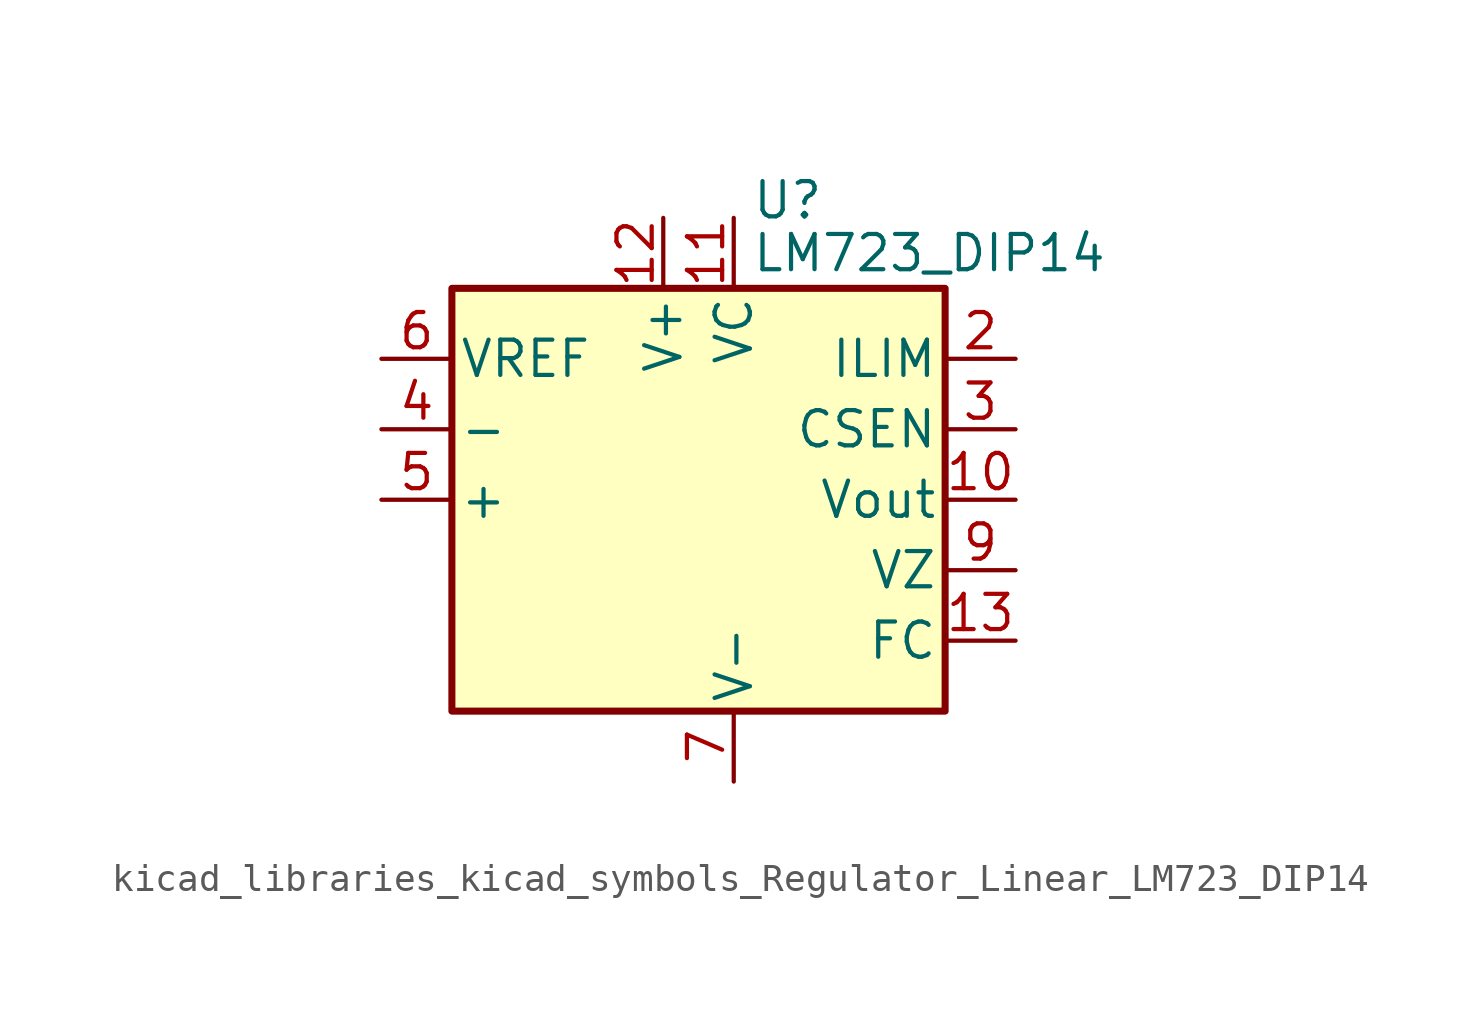
<source format=kicad_sym>
(kicad_symbol_lib
  (version 20220914)
  (generator kicad_symbol_editor)
  (symbol "kicad_libraries_kicad_symbols_Regulator_Linear_LM723_DIP14"
    (pin_names
      (offset 0.254))
    (property "Reference" "U"
      (at 0.635 10.795 0)
      (effects (font (size 1.27 1.27)) (justify left)))
    (property "Value" "LM723_DIP14"
      (at 0.635 8.89 0)
      (effects (font (size 1.27 1.27)) (justify left)))
    (symbol "kicad_libraries_kicad_symbols_Regulator_Linear_LM723_DIP14_0_1"
      (rectangle (start -10.16 -7.62) (end 7.62 7.62) (stroke (width 0.254) (type default)) (fill (type background))))
    (symbol "kicad_libraries_kicad_symbols_Regulator_Linear_LM723_DIP14_1_1"
      (pin no_connect line (at -10.16 -5.08 0) (length 2.54) hide (name "NC" (effects (font (size 1.27 1.27)))) (number "1" (effects (font (size 1.27 1.27)))))
      (pin power_out line (at 10.16 0 180) (length 2.54) (name "Vout" (effects (font (size 1.27 1.27)))) (number "10" (effects (font (size 1.27 1.27)))))
      (pin power_in line (at 0 10.16 270) (length 2.54) (name "VC" (effects (font (size 1.27 1.27)))) (number "11" (effects (font (size 1.27 1.27)))))
      (pin power_in line (at -2.54 10.16 270) (length 2.54) (name "V+" (effects (font (size 1.27 1.27)))) (number "12" (effects (font (size 1.27 1.27)))))
      (pin input line (at 10.16 -5.08 180) (length 2.54) (name "FC" (effects (font (size 1.27 1.27)))) (number "13" (effects (font (size 1.27 1.27)))))
      (pin no_connect line (at -2.54 -7.62 90) (length 2.54) hide (name "NC" (effects (font (size 1.27 1.27)))) (number "14" (effects (font (size 1.27 1.27)))))
      (pin input line (at 10.16 5.08 180) (length 2.54) (name "ILIM" (effects (font (size 1.27 1.27)))) (number "2" (effects (font (size 1.27 1.27)))))
      (pin input line (at 10.16 2.54 180) (length 2.54) (name "CSEN" (effects (font (size 1.27 1.27)))) (number "3" (effects (font (size 1.27 1.27)))))
      (pin input line (at -12.7 2.54 0) (length 2.54) (name "-" (effects (font (size 1.27 1.27)))) (number "4" (effects (font (size 1.27 1.27)))))
      (pin input line (at -12.7 0 0) (length 2.54) (name "+" (effects (font (size 1.27 1.27)))) (number "5" (effects (font (size 1.27 1.27)))))
      (pin power_out line (at -12.7 5.08 0) (length 2.54) (name "VREF" (effects (font (size 1.27 1.27)))) (number "6" (effects (font (size 1.27 1.27)))))
      (pin power_in line (at 0 -10.16 90) (length 2.54) (name "V-" (effects (font (size 1.27 1.27)))) (number "7" (effects (font (size 1.27 1.27)))))
      (pin no_connect line (at -10.16 -2.54 0) (length 2.54) hide (name "NC" (effects (font (size 1.27 1.27)))) (number "8" (effects (font (size 1.27 1.27)))))
      (pin input line (at 10.16 -2.54 180) (length 2.54) (name "VZ" (effects (font (size 1.27 1.27)))) (number "9" (effects (font (size 1.27 1.27))))))))
</source>
